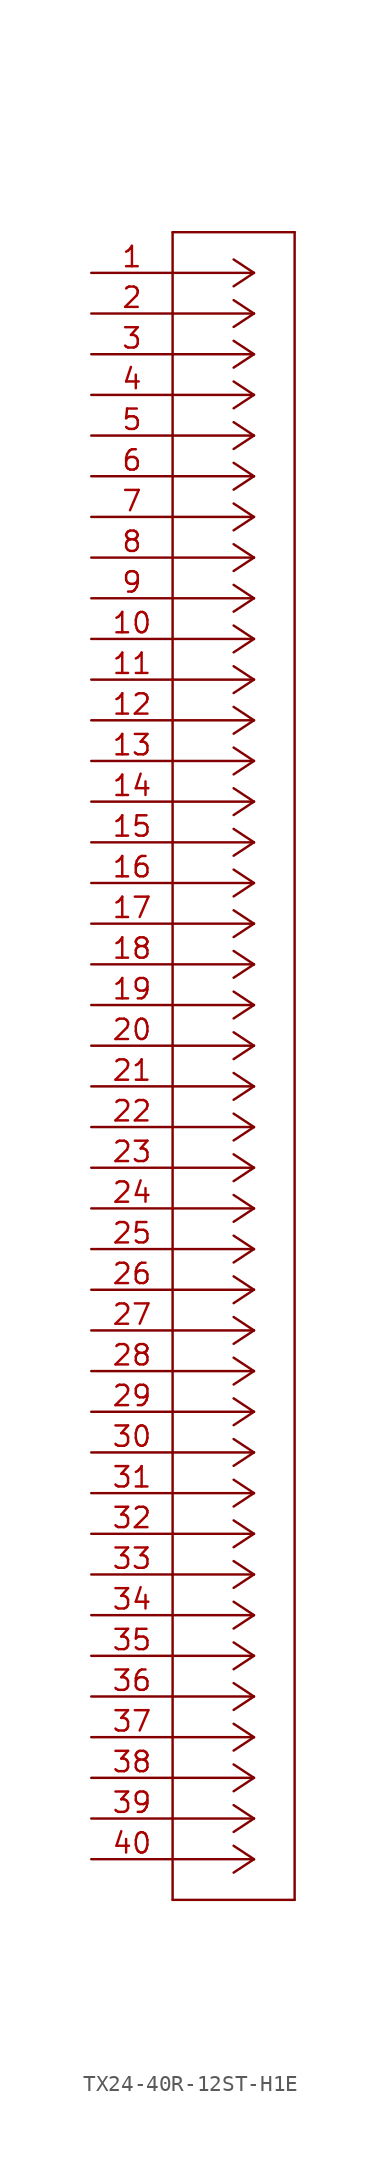
<source format=kicad_sym>
(kicad_symbol_lib
  (version 20220914)
  (generator kicad_symbol_editor)
  (symbol "TX24-40R-12ST-H1E"
    (property "Reference" "J"
      (at 4.166 5.309 0)
      (effects (font (size 2.083 1.77)) (justify left bottom) hide))
    (property "ki_locked" ""
      (at 0 0 0)
      (effects (font (size 1.27 1.27))))
    (symbol "TX24-40R-12ST-H1E_1_0"
      (polyline (pts (xy 5.08 -101.6) (xy 12.7 -101.6)) (stroke (width 0.152) (type solid)) (fill (type none)))
      (polyline (pts (xy 5.08 2.54) (xy 5.08 -101.6)) (stroke (width 0.152) (type solid)) (fill (type none)))
      (polyline (pts (xy 10.16 -99.06) (xy 5.08 -99.06)) (stroke (width 0.152) (type solid)) (fill (type none)))
      (polyline (pts (xy 10.16 -99.06) (xy 8.89 -99.898)) (stroke (width 0.152) (type solid)) (fill (type none)))
      (polyline (pts (xy 10.16 -99.06) (xy 8.89 -98.222)) (stroke (width 0.152) (type solid)) (fill (type none)))
      (polyline (pts (xy 10.16 -96.52) (xy 5.08 -96.52)) (stroke (width 0.152) (type solid)) (fill (type none)))
      (polyline (pts (xy 10.16 -96.52) (xy 8.89 -97.358)) (stroke (width 0.152) (type solid)) (fill (type none)))
      (polyline (pts (xy 10.16 -96.52) (xy 8.89 -95.682)) (stroke (width 0.152) (type solid)) (fill (type none)))
      (polyline (pts (xy 10.16 -93.98) (xy 5.08 -93.98)) (stroke (width 0.152) (type solid)) (fill (type none)))
      (polyline (pts (xy 10.16 -93.98) (xy 8.89 -94.818)) (stroke (width 0.152) (type solid)) (fill (type none)))
      (polyline (pts (xy 10.16 -93.98) (xy 8.89 -93.142)) (stroke (width 0.152) (type solid)) (fill (type none)))
      (polyline (pts (xy 10.16 -91.44) (xy 5.08 -91.44)) (stroke (width 0.152) (type solid)) (fill (type none)))
      (polyline (pts (xy 10.16 -91.44) (xy 8.89 -92.278)) (stroke (width 0.152) (type solid)) (fill (type none)))
      (polyline (pts (xy 10.16 -91.44) (xy 8.89 -90.602)) (stroke (width 0.152) (type solid)) (fill (type none)))
      (polyline (pts (xy 10.16 -88.9) (xy 5.08 -88.9)) (stroke (width 0.152) (type solid)) (fill (type none)))
      (polyline (pts (xy 10.16 -88.9) (xy 8.89 -89.738)) (stroke (width 0.152) (type solid)) (fill (type none)))
      (polyline (pts (xy 10.16 -88.9) (xy 8.89 -88.062)) (stroke (width 0.152) (type solid)) (fill (type none)))
      (polyline (pts (xy 10.16 -86.36) (xy 5.08 -86.36)) (stroke (width 0.152) (type solid)) (fill (type none)))
      (polyline (pts (xy 10.16 -86.36) (xy 8.89 -87.198)) (stroke (width 0.152) (type solid)) (fill (type none)))
      (polyline (pts (xy 10.16 -86.36) (xy 8.89 -85.522)) (stroke (width 0.152) (type solid)) (fill (type none)))
      (polyline (pts (xy 10.16 -83.82) (xy 5.08 -83.82)) (stroke (width 0.152) (type solid)) (fill (type none)))
      (polyline (pts (xy 10.16 -83.82) (xy 8.89 -84.658)) (stroke (width 0.152) (type solid)) (fill (type none)))
      (polyline (pts (xy 10.16 -83.82) (xy 8.89 -82.982)) (stroke (width 0.152) (type solid)) (fill (type none)))
      (polyline (pts (xy 10.16 -81.28) (xy 5.08 -81.28)) (stroke (width 0.152) (type solid)) (fill (type none)))
      (polyline (pts (xy 10.16 -81.28) (xy 8.89 -82.118)) (stroke (width 0.152) (type solid)) (fill (type none)))
      (polyline (pts (xy 10.16 -81.28) (xy 8.89 -80.442)) (stroke (width 0.152) (type solid)) (fill (type none)))
      (polyline (pts (xy 10.16 -78.74) (xy 5.08 -78.74)) (stroke (width 0.152) (type solid)) (fill (type none)))
      (polyline (pts (xy 10.16 -78.74) (xy 8.89 -79.578)) (stroke (width 0.152) (type solid)) (fill (type none)))
      (polyline (pts (xy 10.16 -78.74) (xy 8.89 -77.902)) (stroke (width 0.152) (type solid)) (fill (type none)))
      (polyline (pts (xy 10.16 -76.2) (xy 5.08 -76.2)) (stroke (width 0.152) (type solid)) (fill (type none)))
      (polyline (pts (xy 10.16 -76.2) (xy 8.89 -77.038)) (stroke (width 0.152) (type solid)) (fill (type none)))
      (polyline (pts (xy 10.16 -76.2) (xy 8.89 -75.362)) (stroke (width 0.152) (type solid)) (fill (type none)))
      (polyline (pts (xy 10.16 -73.66) (xy 5.08 -73.66)) (stroke (width 0.152) (type solid)) (fill (type none)))
      (polyline (pts (xy 10.16 -73.66) (xy 8.89 -74.498)) (stroke (width 0.152) (type solid)) (fill (type none)))
      (polyline (pts (xy 10.16 -73.66) (xy 8.89 -72.822)) (stroke (width 0.152) (type solid)) (fill (type none)))
      (polyline (pts (xy 10.16 -71.12) (xy 5.08 -71.12)) (stroke (width 0.152) (type solid)) (fill (type none)))
      (polyline (pts (xy 10.16 -71.12) (xy 8.89 -71.958)) (stroke (width 0.152) (type solid)) (fill (type none)))
      (polyline (pts (xy 10.16 -71.12) (xy 8.89 -70.282)) (stroke (width 0.152) (type solid)) (fill (type none)))
      (polyline (pts (xy 10.16 -68.58) (xy 5.08 -68.58)) (stroke (width 0.152) (type solid)) (fill (type none)))
      (polyline (pts (xy 10.16 -68.58) (xy 8.89 -69.418)) (stroke (width 0.152) (type solid)) (fill (type none)))
      (polyline (pts (xy 10.16 -68.58) (xy 8.89 -67.742)) (stroke (width 0.152) (type solid)) (fill (type none)))
      (polyline (pts (xy 10.16 -66.04) (xy 5.08 -66.04)) (stroke (width 0.152) (type solid)) (fill (type none)))
      (polyline (pts (xy 10.16 -66.04) (xy 8.89 -66.878)) (stroke (width 0.152) (type solid)) (fill (type none)))
      (polyline (pts (xy 10.16 -66.04) (xy 8.89 -65.202)) (stroke (width 0.152) (type solid)) (fill (type none)))
      (polyline (pts (xy 10.16 -63.5) (xy 5.08 -63.5)) (stroke (width 0.152) (type solid)) (fill (type none)))
      (polyline (pts (xy 10.16 -63.5) (xy 8.89 -64.338)) (stroke (width 0.152) (type solid)) (fill (type none)))
      (polyline (pts (xy 10.16 -63.5) (xy 8.89 -62.662)) (stroke (width 0.152) (type solid)) (fill (type none)))
      (polyline (pts (xy 10.16 -60.96) (xy 5.08 -60.96)) (stroke (width 0.152) (type solid)) (fill (type none)))
      (polyline (pts (xy 10.16 -60.96) (xy 8.89 -61.798)) (stroke (width 0.152) (type solid)) (fill (type none)))
      (polyline (pts (xy 10.16 -60.96) (xy 8.89 -60.122)) (stroke (width 0.152) (type solid)) (fill (type none)))
      (polyline (pts (xy 10.16 -58.42) (xy 5.08 -58.42)) (stroke (width 0.152) (type solid)) (fill (type none)))
      (polyline (pts (xy 10.16 -58.42) (xy 8.89 -59.258)) (stroke (width 0.152) (type solid)) (fill (type none)))
      (polyline (pts (xy 10.16 -58.42) (xy 8.89 -57.582)) (stroke (width 0.152) (type solid)) (fill (type none)))
      (polyline (pts (xy 10.16 -55.88) (xy 5.08 -55.88)) (stroke (width 0.152) (type solid)) (fill (type none)))
      (polyline (pts (xy 10.16 -55.88) (xy 8.89 -56.718)) (stroke (width 0.152) (type solid)) (fill (type none)))
      (polyline (pts (xy 10.16 -55.88) (xy 8.89 -55.042)) (stroke (width 0.152) (type solid)) (fill (type none)))
      (polyline (pts (xy 10.16 -53.34) (xy 5.08 -53.34)) (stroke (width 0.152) (type solid)) (fill (type none)))
      (polyline (pts (xy 10.16 -53.34) (xy 8.89 -54.178)) (stroke (width 0.152) (type solid)) (fill (type none)))
      (polyline (pts (xy 10.16 -53.34) (xy 8.89 -52.502)) (stroke (width 0.152) (type solid)) (fill (type none)))
      (polyline (pts (xy 10.16 -50.8) (xy 5.08 -50.8)) (stroke (width 0.152) (type solid)) (fill (type none)))
      (polyline (pts (xy 10.16 -50.8) (xy 8.89 -51.638)) (stroke (width 0.152) (type solid)) (fill (type none)))
      (polyline (pts (xy 10.16 -50.8) (xy 8.89 -49.962)) (stroke (width 0.152) (type solid)) (fill (type none)))
      (polyline (pts (xy 10.16 -48.26) (xy 5.08 -48.26)) (stroke (width 0.152) (type solid)) (fill (type none)))
      (polyline (pts (xy 10.16 -48.26) (xy 8.89 -49.098)) (stroke (width 0.152) (type solid)) (fill (type none)))
      (polyline (pts (xy 10.16 -48.26) (xy 8.89 -47.422)) (stroke (width 0.152) (type solid)) (fill (type none)))
      (polyline (pts (xy 10.16 -45.72) (xy 5.08 -45.72)) (stroke (width 0.152) (type solid)) (fill (type none)))
      (polyline (pts (xy 10.16 -45.72) (xy 8.89 -46.558)) (stroke (width 0.152) (type solid)) (fill (type none)))
      (polyline (pts (xy 10.16 -45.72) (xy 8.89 -44.882)) (stroke (width 0.152) (type solid)) (fill (type none)))
      (polyline (pts (xy 10.16 -43.18) (xy 5.08 -43.18)) (stroke (width 0.152) (type solid)) (fill (type none)))
      (polyline (pts (xy 10.16 -43.18) (xy 8.89 -44.018)) (stroke (width 0.152) (type solid)) (fill (type none)))
      (polyline (pts (xy 10.16 -43.18) (xy 8.89 -42.342)) (stroke (width 0.152) (type solid)) (fill (type none)))
      (polyline (pts (xy 10.16 -40.64) (xy 5.08 -40.64)) (stroke (width 0.152) (type solid)) (fill (type none)))
      (polyline (pts (xy 10.16 -40.64) (xy 8.89 -41.478)) (stroke (width 0.152) (type solid)) (fill (type none)))
      (polyline (pts (xy 10.16 -40.64) (xy 8.89 -39.802)) (stroke (width 0.152) (type solid)) (fill (type none)))
      (polyline (pts (xy 10.16 -38.1) (xy 5.08 -38.1)) (stroke (width 0.152) (type solid)) (fill (type none)))
      (polyline (pts (xy 10.16 -38.1) (xy 8.89 -38.938)) (stroke (width 0.152) (type solid)) (fill (type none)))
      (polyline (pts (xy 10.16 -38.1) (xy 8.89 -37.262)) (stroke (width 0.152) (type solid)) (fill (type none)))
      (polyline (pts (xy 10.16 -35.56) (xy 5.08 -35.56)) (stroke (width 0.152) (type solid)) (fill (type none)))
      (polyline (pts (xy 10.16 -35.56) (xy 8.89 -36.398)) (stroke (width 0.152) (type solid)) (fill (type none)))
      (polyline (pts (xy 10.16 -35.56) (xy 8.89 -34.722)) (stroke (width 0.152) (type solid)) (fill (type none)))
      (polyline (pts (xy 10.16 -33.02) (xy 5.08 -33.02)) (stroke (width 0.152) (type solid)) (fill (type none)))
      (polyline (pts (xy 10.16 -33.02) (xy 8.89 -33.858)) (stroke (width 0.152) (type solid)) (fill (type none)))
      (polyline (pts (xy 10.16 -33.02) (xy 8.89 -32.182)) (stroke (width 0.152) (type solid)) (fill (type none)))
      (polyline (pts (xy 10.16 -30.48) (xy 5.08 -30.48)) (stroke (width 0.152) (type solid)) (fill (type none)))
      (polyline (pts (xy 10.16 -30.48) (xy 8.89 -31.318)) (stroke (width 0.152) (type solid)) (fill (type none)))
      (polyline (pts (xy 10.16 -30.48) (xy 8.89 -29.642)) (stroke (width 0.152) (type solid)) (fill (type none)))
      (polyline (pts (xy 10.16 -27.94) (xy 5.08 -27.94)) (stroke (width 0.152) (type solid)) (fill (type none)))
      (polyline (pts (xy 10.16 -27.94) (xy 8.89 -28.778)) (stroke (width 0.152) (type solid)) (fill (type none)))
      (polyline (pts (xy 10.16 -27.94) (xy 8.89 -27.102)) (stroke (width 0.152) (type solid)) (fill (type none)))
      (polyline (pts (xy 10.16 -25.4) (xy 5.08 -25.4)) (stroke (width 0.152) (type solid)) (fill (type none)))
      (polyline (pts (xy 10.16 -25.4) (xy 8.89 -26.238)) (stroke (width 0.152) (type solid)) (fill (type none)))
      (polyline (pts (xy 10.16 -25.4) (xy 8.89 -24.562)) (stroke (width 0.152) (type solid)) (fill (type none)))
      (polyline (pts (xy 10.16 -22.86) (xy 5.08 -22.86)) (stroke (width 0.152) (type solid)) (fill (type none)))
      (polyline (pts (xy 10.16 -22.86) (xy 8.89 -23.698)) (stroke (width 0.152) (type solid)) (fill (type none)))
      (polyline (pts (xy 10.16 -22.86) (xy 8.89 -22.022)) (stroke (width 0.152) (type solid)) (fill (type none)))
      (polyline (pts (xy 10.16 -20.32) (xy 5.08 -20.32)) (stroke (width 0.152) (type solid)) (fill (type none)))
      (polyline (pts (xy 10.16 -20.32) (xy 8.89 -21.158)) (stroke (width 0.152) (type solid)) (fill (type none)))
      (polyline (pts (xy 10.16 -20.32) (xy 8.89 -19.482)) (stroke (width 0.152) (type solid)) (fill (type none)))
      (polyline (pts (xy 10.16 -17.78) (xy 5.08 -17.78)) (stroke (width 0.152) (type solid)) (fill (type none)))
      (polyline (pts (xy 10.16 -17.78) (xy 8.89 -18.618)) (stroke (width 0.152) (type solid)) (fill (type none)))
      (polyline (pts (xy 10.16 -17.78) (xy 8.89 -16.942)) (stroke (width 0.152) (type solid)) (fill (type none)))
      (polyline (pts (xy 10.16 -15.24) (xy 5.08 -15.24)) (stroke (width 0.152) (type solid)) (fill (type none)))
      (polyline (pts (xy 10.16 -15.24) (xy 8.89 -16.078)) (stroke (width 0.152) (type solid)) (fill (type none)))
      (polyline (pts (xy 10.16 -15.24) (xy 8.89 -14.402)) (stroke (width 0.152) (type solid)) (fill (type none)))
      (polyline (pts (xy 10.16 -12.7) (xy 5.08 -12.7)) (stroke (width 0.152) (type solid)) (fill (type none)))
      (polyline (pts (xy 10.16 -12.7) (xy 8.89 -13.538)) (stroke (width 0.152) (type solid)) (fill (type none)))
      (polyline (pts (xy 10.16 -12.7) (xy 8.89 -11.862)) (stroke (width 0.152) (type solid)) (fill (type none)))
      (polyline (pts (xy 10.16 -10.16) (xy 5.08 -10.16)) (stroke (width 0.152) (type solid)) (fill (type none)))
      (polyline (pts (xy 10.16 -10.16) (xy 8.89 -10.998)) (stroke (width 0.152) (type solid)) (fill (type none)))
      (polyline (pts (xy 10.16 -10.16) (xy 8.89 -9.322)) (stroke (width 0.152) (type solid)) (fill (type none)))
      (polyline (pts (xy 10.16 -7.62) (xy 5.08 -7.62)) (stroke (width 0.152) (type solid)) (fill (type none)))
      (polyline (pts (xy 10.16 -7.62) (xy 8.89 -8.458)) (stroke (width 0.152) (type solid)) (fill (type none)))
      (polyline (pts (xy 10.16 -7.62) (xy 8.89 -6.782)) (stroke (width 0.152) (type solid)) (fill (type none)))
      (polyline (pts (xy 10.16 -5.08) (xy 5.08 -5.08)) (stroke (width 0.152) (type solid)) (fill (type none)))
      (polyline (pts (xy 10.16 -5.08) (xy 8.89 -5.918)) (stroke (width 0.152) (type solid)) (fill (type none)))
      (polyline (pts (xy 10.16 -5.08) (xy 8.89 -4.242)) (stroke (width 0.152) (type solid)) (fill (type none)))
      (polyline (pts (xy 10.16 -2.54) (xy 5.08 -2.54)) (stroke (width 0.152) (type solid)) (fill (type none)))
      (polyline (pts (xy 10.16 -2.54) (xy 8.89 -3.378)) (stroke (width 0.152) (type solid)) (fill (type none)))
      (polyline (pts (xy 10.16 -2.54) (xy 8.89 -1.702)) (stroke (width 0.152) (type solid)) (fill (type none)))
      (polyline (pts (xy 10.16 0) (xy 5.08 0)) (stroke (width 0.152) (type solid)) (fill (type none)))
      (polyline (pts (xy 10.16 0) (xy 8.89 -0.838)) (stroke (width 0.152) (type solid)) (fill (type none)))
      (polyline (pts (xy 10.16 0) (xy 8.89 0.838)) (stroke (width 0.152) (type solid)) (fill (type none)))
      (polyline (pts (xy 12.7 -101.6) (xy 12.7 2.54)) (stroke (width 0.152) (type solid)) (fill (type none)))
      (polyline (pts (xy 12.7 2.54) (xy 5.08 2.54)) (stroke (width 0.152) (type solid)) (fill (type none)))
      (pin passive line (at 0 0 0) (length 5.08) (name "1" (effects (font (size 0 0)))) (number "1" (effects (font (size 1.27 1.27)))))
      (pin passive line (at 0 -22.86 0) (length 5.08) (name "10" (effects (font (size 0 0)))) (number "10" (effects (font (size 1.27 1.27)))))
      (pin passive line (at 0 -25.4 0) (length 5.08) (name "11" (effects (font (size 0 0)))) (number "11" (effects (font (size 1.27 1.27)))))
      (pin passive line (at 0 -27.94 0) (length 5.08) (name "12" (effects (font (size 0 0)))) (number "12" (effects (font (size 1.27 1.27)))))
      (pin passive line (at 0 -30.48 0) (length 5.08) (name "13" (effects (font (size 0 0)))) (number "13" (effects (font (size 1.27 1.27)))))
      (pin passive line (at 0 -33.02 0) (length 5.08) (name "14" (effects (font (size 0 0)))) (number "14" (effects (font (size 1.27 1.27)))))
      (pin passive line (at 0 -35.56 0) (length 5.08) (name "15" (effects (font (size 0 0)))) (number "15" (effects (font (size 1.27 1.27)))))
      (pin passive line (at 0 -38.1 0) (length 5.08) (name "16" (effects (font (size 0 0)))) (number "16" (effects (font (size 1.27 1.27)))))
      (pin passive line (at 0 -40.64 0) (length 5.08) (name "17" (effects (font (size 0 0)))) (number "17" (effects (font (size 1.27 1.27)))))
      (pin passive line (at 0 -43.18 0) (length 5.08) (name "18" (effects (font (size 0 0)))) (number "18" (effects (font (size 1.27 1.27)))))
      (pin passive line (at 0 -45.72 0) (length 5.08) (name "19" (effects (font (size 0 0)))) (number "19" (effects (font (size 1.27 1.27)))))
      (pin passive line (at 0 -2.54 0) (length 5.08) (name "2" (effects (font (size 0 0)))) (number "2" (effects (font (size 1.27 1.27)))))
      (pin passive line (at 0 -48.26 0) (length 5.08) (name "20" (effects (font (size 0 0)))) (number "20" (effects (font (size 1.27 1.27)))))
      (pin passive line (at 0 -50.8 0) (length 5.08) (name "21" (effects (font (size 0 0)))) (number "21" (effects (font (size 1.27 1.27)))))
      (pin passive line (at 0 -53.34 0) (length 5.08) (name "22" (effects (font (size 0 0)))) (number "22" (effects (font (size 1.27 1.27)))))
      (pin passive line (at 0 -55.88 0) (length 5.08) (name "23" (effects (font (size 0 0)))) (number "23" (effects (font (size 1.27 1.27)))))
      (pin passive line (at 0 -58.42 0) (length 5.08) (name "24" (effects (font (size 0 0)))) (number "24" (effects (font (size 1.27 1.27)))))
      (pin passive line (at 0 -60.96 0) (length 5.08) (name "25" (effects (font (size 0 0)))) (number "25" (effects (font (size 1.27 1.27)))))
      (pin passive line (at 0 -63.5 0) (length 5.08) (name "26" (effects (font (size 0 0)))) (number "26" (effects (font (size 1.27 1.27)))))
      (pin passive line (at 0 -66.04 0) (length 5.08) (name "27" (effects (font (size 0 0)))) (number "27" (effects (font (size 1.27 1.27)))))
      (pin passive line (at 0 -68.58 0) (length 5.08) (name "28" (effects (font (size 0 0)))) (number "28" (effects (font (size 1.27 1.27)))))
      (pin passive line (at 0 -71.12 0) (length 5.08) (name "29" (effects (font (size 0 0)))) (number "29" (effects (font (size 1.27 1.27)))))
      (pin passive line (at 0 -5.08 0) (length 5.08) (name "3" (effects (font (size 0 0)))) (number "3" (effects (font (size 1.27 1.27)))))
      (pin passive line (at 0 -73.66 0) (length 5.08) (name "30" (effects (font (size 0 0)))) (number "30" (effects (font (size 1.27 1.27)))))
      (pin passive line (at 0 -76.2 0) (length 5.08) (name "31" (effects (font (size 0 0)))) (number "31" (effects (font (size 1.27 1.27)))))
      (pin passive line (at 0 -78.74 0) (length 5.08) (name "32" (effects (font (size 0 0)))) (number "32" (effects (font (size 1.27 1.27)))))
      (pin passive line (at 0 -81.28 0) (length 5.08) (name "33" (effects (font (size 0 0)))) (number "33" (effects (font (size 1.27 1.27)))))
      (pin passive line (at 0 -83.82 0) (length 5.08) (name "34" (effects (font (size 0 0)))) (number "34" (effects (font (size 1.27 1.27)))))
      (pin passive line (at 0 -86.36 0) (length 5.08) (name "35" (effects (font (size 0 0)))) (number "35" (effects (font (size 1.27 1.27)))))
      (pin passive line (at 0 -88.9 0) (length 5.08) (name "36" (effects (font (size 0 0)))) (number "36" (effects (font (size 1.27 1.27)))))
      (pin passive line (at 0 -91.44 0) (length 5.08) (name "37" (effects (font (size 0 0)))) (number "37" (effects (font (size 1.27 1.27)))))
      (pin passive line (at 0 -93.98 0) (length 5.08) (name "38" (effects (font (size 0 0)))) (number "38" (effects (font (size 1.27 1.27)))))
      (pin passive line (at 0 -96.52 0) (length 5.08) (name "39" (effects (font (size 0 0)))) (number "39" (effects (font (size 1.27 1.27)))))
      (pin passive line (at 0 -7.62 0) (length 5.08) (name "4" (effects (font (size 0 0)))) (number "4" (effects (font (size 1.27 1.27)))))
      (pin passive line (at 0 -99.06 0) (length 5.08) (name "40" (effects (font (size 0 0)))) (number "40" (effects (font (size 1.27 1.27)))))
      (pin passive line (at 0 -10.16 0) (length 5.08) (name "5" (effects (font (size 0 0)))) (number "5" (effects (font (size 1.27 1.27)))))
      (pin passive line (at 0 -12.7 0) (length 5.08) (name "6" (effects (font (size 0 0)))) (number "6" (effects (font (size 1.27 1.27)))))
      (pin passive line (at 0 -15.24 0) (length 5.08) (name "7" (effects (font (size 0 0)))) (number "7" (effects (font (size 1.27 1.27)))))
      (pin passive line (at 0 -17.78 0) (length 5.08) (name "8" (effects (font (size 0 0)))) (number "8" (effects (font (size 1.27 1.27)))))
      (pin passive line (at 0 -20.32 0) (length 5.08) (name "9" (effects (font (size 0 0)))) (number "9" (effects (font (size 1.27 1.27))))))))
</source>
